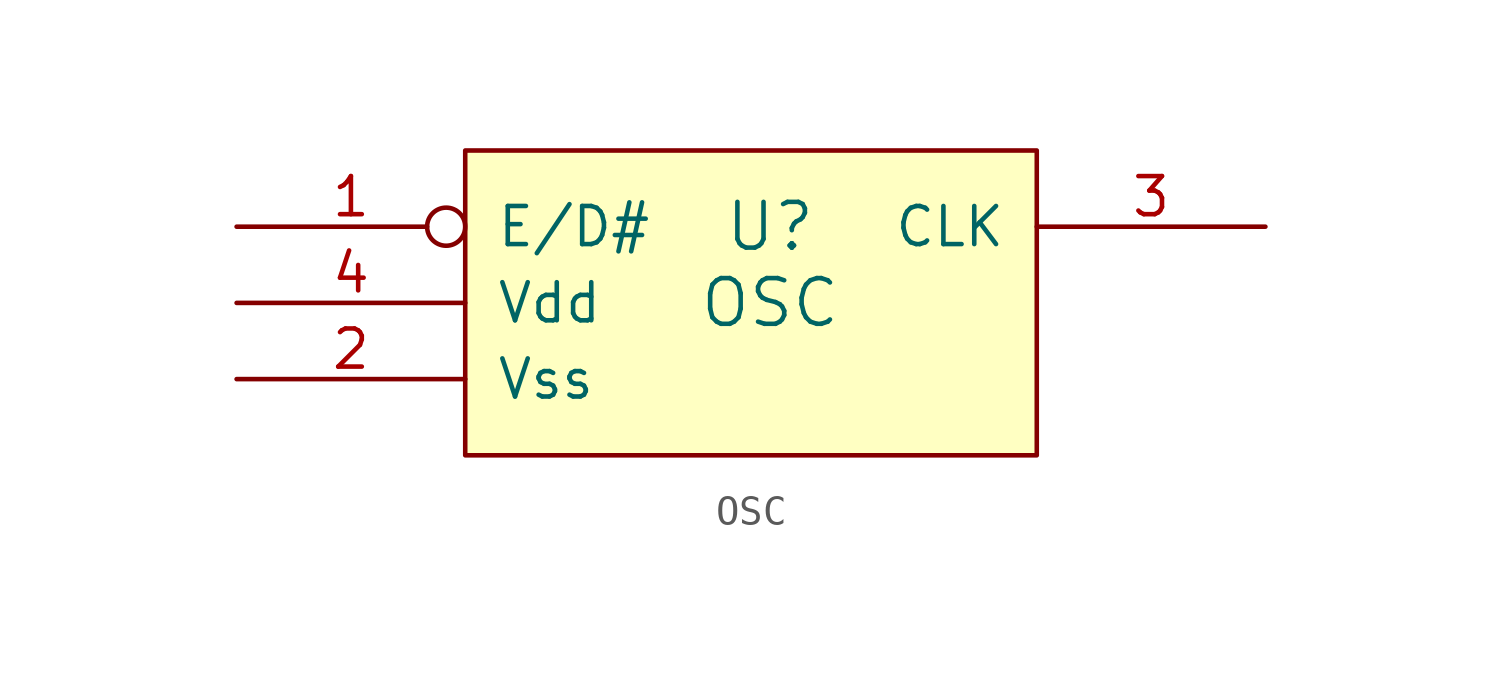
<source format=kicad_sym>
(kicad_symbol_lib
  (version 20211014)
  (generator kicad_symbol_editor)
  (symbol "OSC"
    (pin_names
      (offset 1.016))
    (property "Reference" "U"
      (at 0 0 0)
      (effects (font (size 1.524 1.524))))
    (property "Value" "OSC"
      (at 0 -2.54 0)
      (effects (font (size 1.524 1.524))))
    (property "Footprint" ""
      (at 0 0 0)
      (effects (font (size 1.524 1.524))))
    (property "Datasheet" ""
      (at 0 0 0)
      (effects (font (size 1.524 1.524))))
    (symbol "OSC_0_1"
      (rectangle (start -10.16 2.54) (end 8.89 -7.62) (stroke (width 0) (type default) (color 0 0 0 0)) (fill (type background))))
    (symbol "OSC_1_1"
      (pin input inverted (at -17.78 0 0) (length 7.62) (name "E/D#" (effects (font (size 1.27 1.27)))) (number "1" (effects (font (size 1.27 1.27)))))
      (pin input line (at -17.78 -5.08 0) (length 7.62) (name "Vss" (effects (font (size 1.27 1.27)))) (number "2" (effects (font (size 1.27 1.27)))))
      (pin output line (at 16.51 0 180) (length 7.62) (name "CLK" (effects (font (size 1.27 1.27)))) (number "3" (effects (font (size 1.27 1.27)))))
      (pin power_in line (at -17.78 -2.54 0) (length 7.62) (name "Vdd" (effects (font (size 1.27 1.27)))) (number "4" (effects (font (size 1.27 1.27))))))))
</source>
